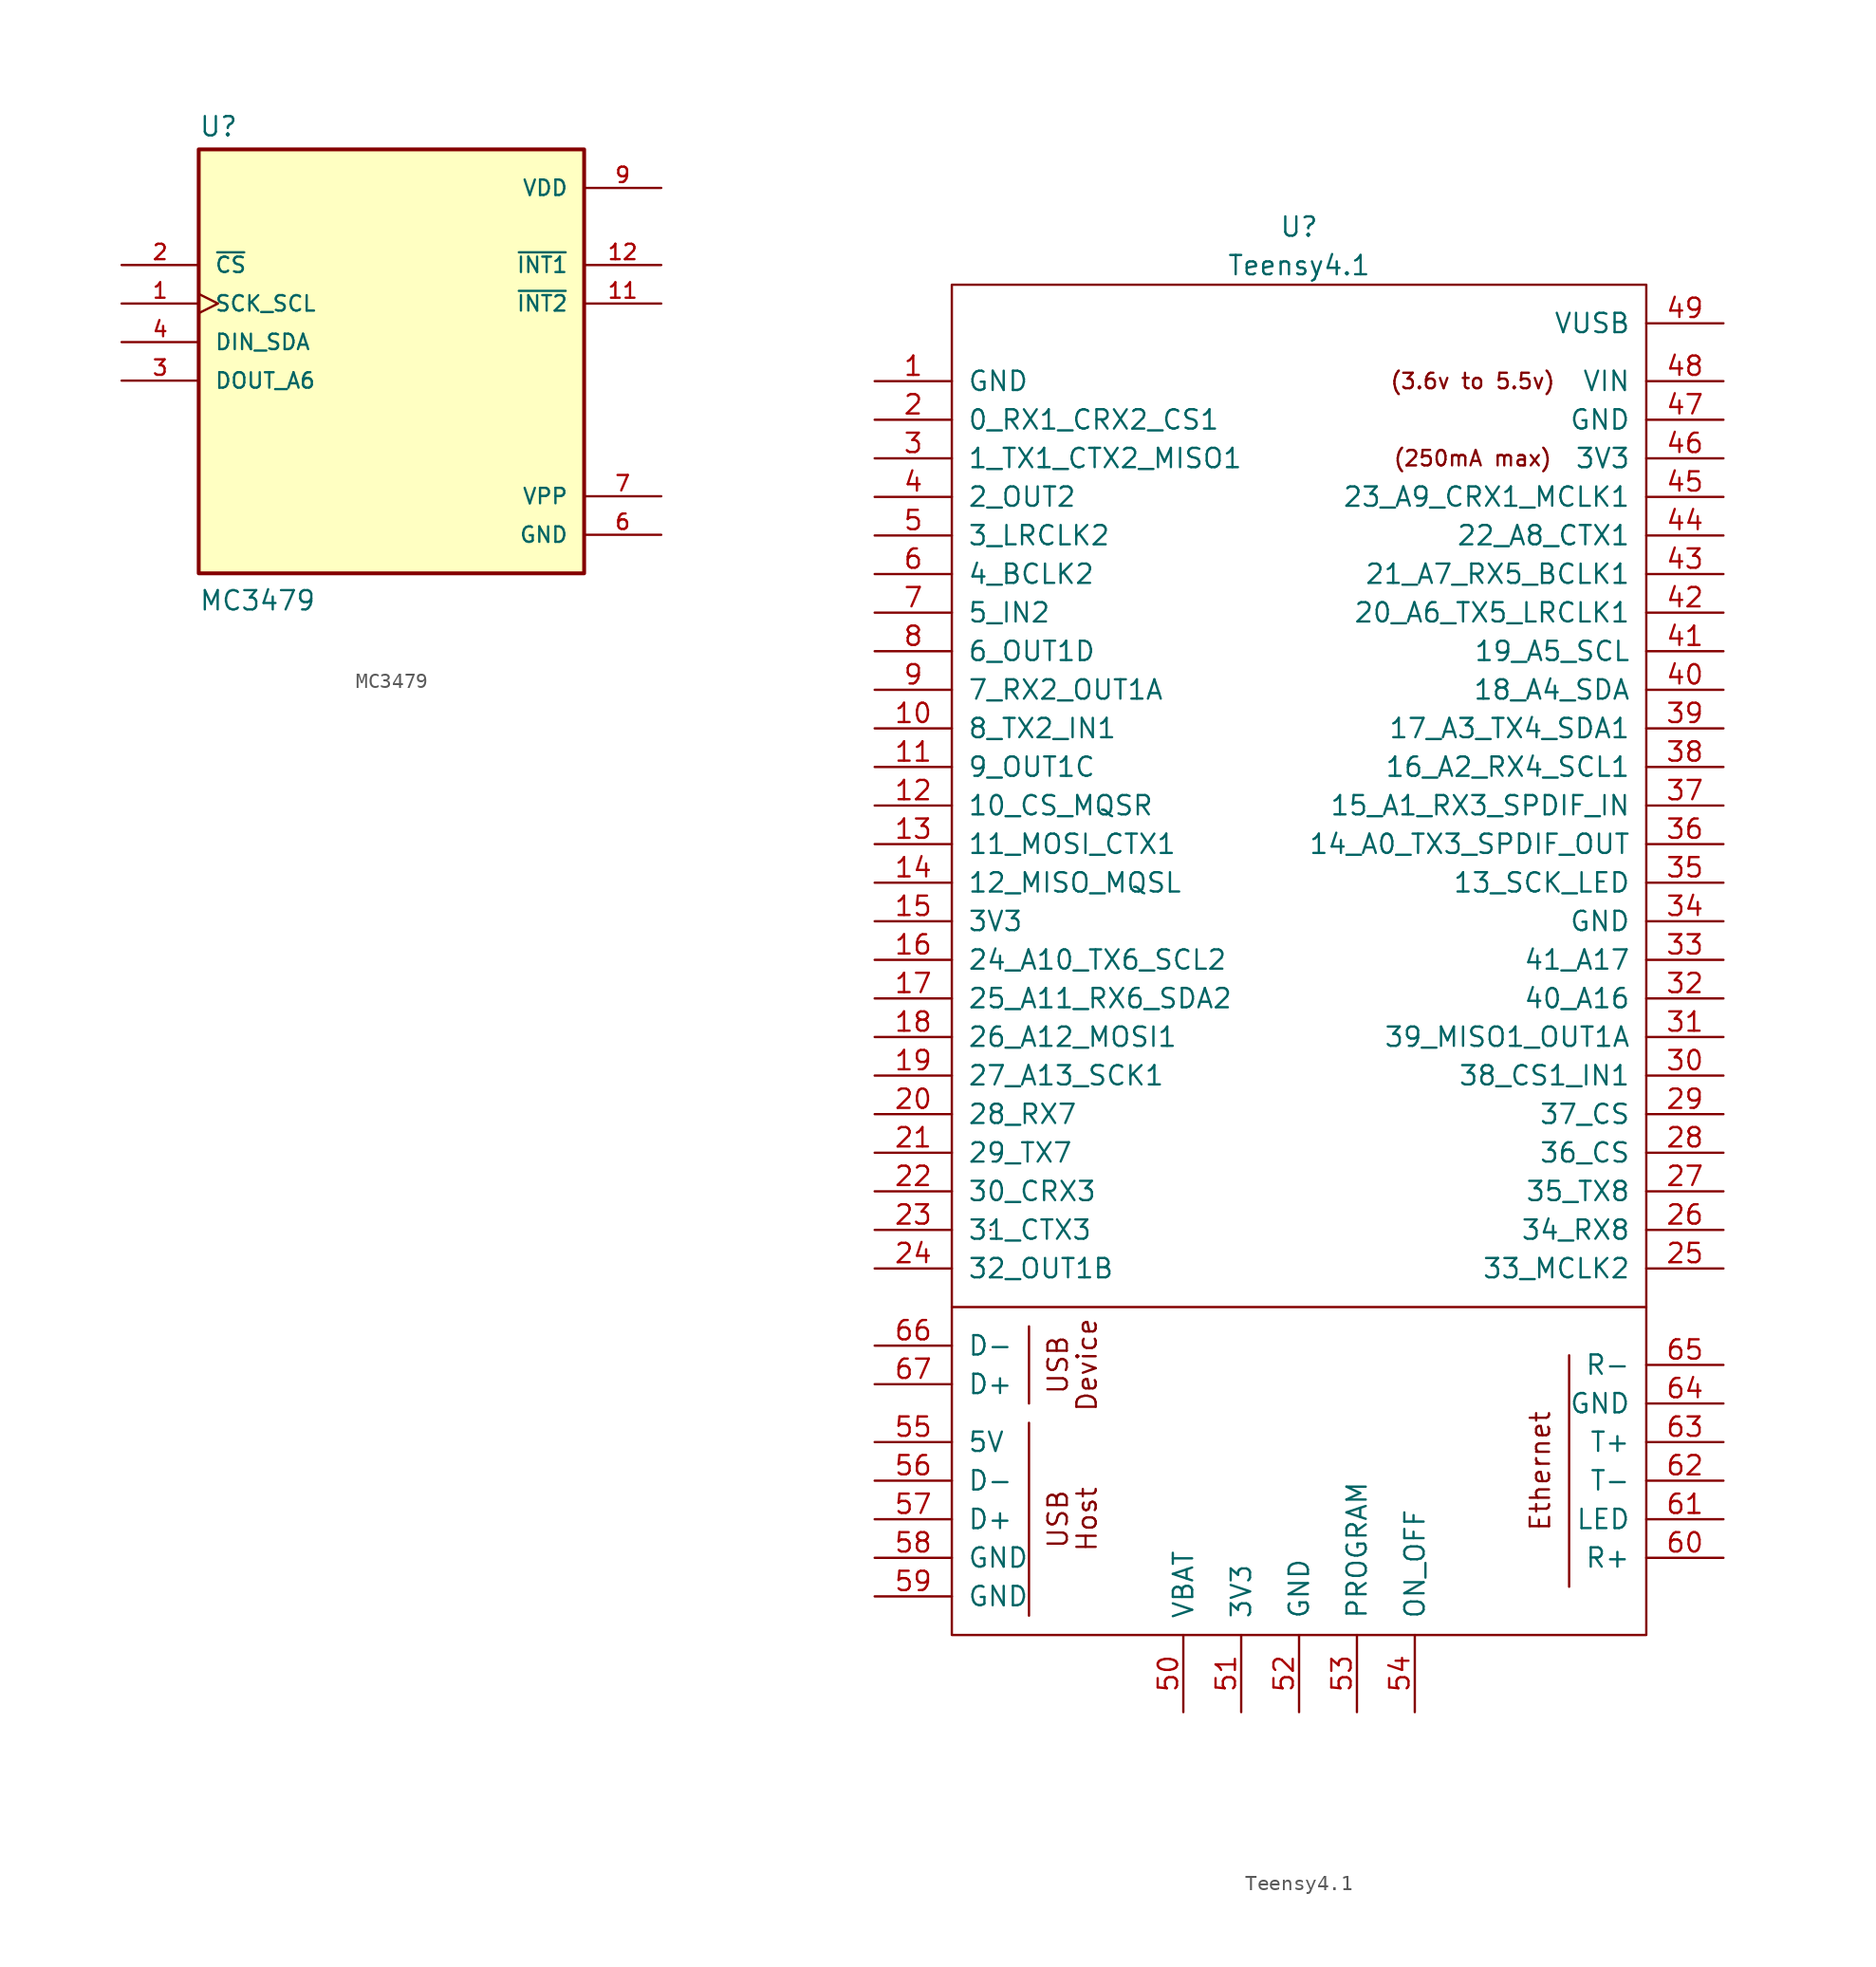
<source format=kicad_sym>
(kicad_symbol_lib
  (version 20220914)
  (generator kicad_symbol_editor)
  (symbol "MC3479"
    (pin_names
      (offset 1.016))
    (property "Reference" "U"
      (at -12.7 13.462 0)
      (effects (font (size 1.27 1.27)) (justify left bottom)))
    (property "Value" "MC3479"
      (at -12.7 -17.78 0)
      (effects (font (size 1.27 1.27)) (justify left bottom)))
    (symbol "MC3479_0_0"
      (rectangle (start -12.7 -15.24) (end 12.7 12.7) (stroke (width 0.254) (type default)) (fill (type background)))
      (pin input clock (at -17.78 2.54 0) (length 5.08) (name "SCK_SCL" (effects (font (size 1.016 1.016)))) (number "1" (effects (font (size 1.016 1.016)))))
      (pin output line (at 17.78 2.54 180) (length 5.08) (name "~{INT2}" (effects (font (size 1.016 1.016)))) (number "11" (effects (font (size 1.016 1.016)))))
      (pin output line (at 17.78 5.08 180) (length 5.08) (name "~{INT1}" (effects (font (size 1.016 1.016)))) (number "12" (effects (font (size 1.016 1.016)))))
      (pin input line (at -17.78 5.08 0) (length 5.08) (name "~{CS}" (effects (font (size 1.016 1.016)))) (number "2" (effects (font (size 1.016 1.016)))))
      (pin bidirectional line (at -17.78 -2.54 0) (length 5.08) (name "DOUT_A6" (effects (font (size 1.016 1.016)))) (number "3" (effects (font (size 1.016 1.016)))))
      (pin bidirectional line (at -17.78 0 0) (length 5.08) (name "DIN_SDA" (effects (font (size 1.016 1.016)))) (number "4" (effects (font (size 1.016 1.016)))))
      (pin power_in line (at 17.78 -12.7 180) (length 5.08) (name "GND" (effects (font (size 1.016 1.016)))) (number "6" (effects (font (size 1.016 1.016)))))
      (pin power_in line (at 17.78 10.16 180) (length 5.08) (name "VDD" (effects (font (size 1.016 1.016)))) (number "9" (effects (font (size 1.016 1.016))))))
    (symbol "MC3479_1_0"
      (pin no_connect line (at -17.78 -12.7 0) (length 5.08) hide (name "NC" (effects (font (size 1.016 1.016)))) (number "10" (effects (font (size 1.016 1.016)))))
      (pin no_connect line (at -17.78 -7.62 0) (length 5.08) hide (name "NC" (effects (font (size 1.016 1.016)))) (number "5" (effects (font (size 1.016 1.016)))))
      (pin power_in line (at 17.78 -10.16 180) (length 5.08) (name "VPP" (effects (font (size 1.016 1.016)))) (number "7" (effects (font (size 1.016 1.016)))))
      (pin no_connect line (at -17.78 -10.16 0) (length 5.08) hide (name "NC" (effects (font (size 1.016 1.016)))) (number "8" (effects (font (size 1.016 1.016)))))))
  (symbol "Teensy4.1"
    (pin_names
      (offset 1.016))
    (property "Reference" "U"
      (at 0 64.77 0)
      (effects (font (size 1.27 1.27))))
    (property "Value" "Teensy4.1"
      (at 0 62.23 0)
      (effects (font (size 1.27 1.27))))
    (symbol "Teensy4.1_0_0"
      (polyline (pts (xy -22.86 -6.35) (xy 22.86 -6.35)) (stroke (width 0) (type default)) (fill (type none)))
      (polyline (pts (xy -17.78 -26.67) (xy -17.78 -13.97)) (stroke (width 0) (type default)) (fill (type none)))
      (polyline (pts (xy -17.78 -7.62) (xy -17.78 -12.7)) (stroke (width 0) (type default)) (fill (type none)))
      (polyline (pts (xy 17.78 -9.525) (xy 17.78 -24.765)) (stroke (width 0) (type default)) (fill (type none)))
      (text "(250mA max)" (at 11.43 49.53 0) (effects (font (size 1.016 1.016))))
      (text "(3.6v to 5.5v)" (at 11.43 54.61 0) (effects (font (size 1.016 1.016))))
      (text "Device" (at -13.97 -10.16 900) (effects (font (size 1.27 1.27))))
      (text "Ethernet" (at 15.875 -17.145 900) (effects (font (size 1.27 1.27))))
      (text "Host" (at -13.97 -20.32 900) (effects (font (size 1.27 1.27))))
      (text "USB" (at -15.875 -20.32 900) (effects (font (size 1.27 1.27))))
      (text "USB" (at -15.875 -10.16 900) (effects (font (size 1.27 1.27))))
      (pin bidirectional line (at -27.94 31.75 0) (length 5.08) (name "8_TX2_IN1" (effects (font (size 1.27 1.27)))) (number "10" (effects (font (size 1.27 1.27)))))
      (pin bidirectional line (at -27.94 29.21 0) (length 5.08) (name "9_OUT1C" (effects (font (size 1.27 1.27)))) (number "11" (effects (font (size 1.27 1.27)))))
      (pin bidirectional line (at -27.94 26.67 0) (length 5.08) (name "10_CS_MQSR" (effects (font (size 1.27 1.27)))) (number "12" (effects (font (size 1.27 1.27)))))
      (pin bidirectional line (at -27.94 24.13 0) (length 5.08) (name "11_MOSI_CTX1" (effects (font (size 1.27 1.27)))) (number "13" (effects (font (size 1.27 1.27)))))
      (pin bidirectional line (at -27.94 21.59 0) (length 5.08) (name "12_MISO_MQSL" (effects (font (size 1.27 1.27)))) (number "14" (effects (font (size 1.27 1.27)))))
      (pin bidirectional line (at -27.94 16.51 0) (length 5.08) (name "24_A10_TX6_SCL2" (effects (font (size 1.27 1.27)))) (number "16" (effects (font (size 1.27 1.27)))))
      (pin bidirectional line (at -27.94 13.97 0) (length 5.08) (name "25_A11_RX6_SDA2" (effects (font (size 1.27 1.27)))) (number "17" (effects (font (size 1.27 1.27)))))
      (pin bidirectional line (at -27.94 11.43 0) (length 5.08) (name "26_A12_MOSI1" (effects (font (size 1.27 1.27)))) (number "18" (effects (font (size 1.27 1.27)))))
      (pin bidirectional line (at -27.94 8.89 0) (length 5.08) (name "27_A13_SCK1" (effects (font (size 1.27 1.27)))) (number "19" (effects (font (size 1.27 1.27)))))
      (pin bidirectional line (at -27.94 6.35 0) (length 5.08) (name "28_RX7" (effects (font (size 1.27 1.27)))) (number "20" (effects (font (size 1.27 1.27)))))
      (pin bidirectional line (at -27.94 3.81 0) (length 5.08) (name "29_TX7" (effects (font (size 1.27 1.27)))) (number "21" (effects (font (size 1.27 1.27)))))
      (pin bidirectional line (at -27.94 1.27 0) (length 5.08) (name "30_CRX3" (effects (font (size 1.27 1.27)))) (number "22" (effects (font (size 1.27 1.27)))))
      (pin bidirectional line (at -27.94 -1.27 0) (length 5.08) (name "31_CTX3" (effects (font (size 1.27 1.27)))) (number "23" (effects (font (size 1.27 1.27)))))
      (pin bidirectional line (at -27.94 -3.81 0) (length 5.08) (name "32_OUT1B" (effects (font (size 1.27 1.27)))) (number "24" (effects (font (size 1.27 1.27)))))
      (pin bidirectional line (at 27.94 -3.81 180) (length 5.08) (name "33_MCLK2" (effects (font (size 1.27 1.27)))) (number "25" (effects (font (size 1.27 1.27)))))
      (pin bidirectional line (at 27.94 -1.27 180) (length 5.08) (name "34_RX8" (effects (font (size 1.27 1.27)))) (number "26" (effects (font (size 1.27 1.27)))))
      (pin bidirectional line (at 27.94 1.27 180) (length 5.08) (name "35_TX8" (effects (font (size 1.27 1.27)))) (number "27" (effects (font (size 1.27 1.27)))))
      (pin bidirectional line (at 27.94 3.81 180) (length 5.08) (name "36_CS" (effects (font (size 1.27 1.27)))) (number "28" (effects (font (size 1.27 1.27)))))
      (pin bidirectional line (at 27.94 6.35 180) (length 5.08) (name "37_CS" (effects (font (size 1.27 1.27)))) (number "29" (effects (font (size 1.27 1.27)))))
      (pin bidirectional line (at 27.94 8.89 180) (length 5.08) (name "38_CS1_IN1" (effects (font (size 1.27 1.27)))) (number "30" (effects (font (size 1.27 1.27)))))
      (pin bidirectional line (at 27.94 11.43 180) (length 5.08) (name "39_MISO1_OUT1A" (effects (font (size 1.27 1.27)))) (number "31" (effects (font (size 1.27 1.27)))))
      (pin bidirectional line (at 27.94 13.97 180) (length 5.08) (name "40_A16" (effects (font (size 1.27 1.27)))) (number "32" (effects (font (size 1.27 1.27)))))
      (pin bidirectional line (at 27.94 16.51 180) (length 5.08) (name "41_A17" (effects (font (size 1.27 1.27)))) (number "33" (effects (font (size 1.27 1.27)))))
      (pin bidirectional line (at 27.94 21.59 180) (length 5.08) (name "13_SCK_LED" (effects (font (size 1.27 1.27)))) (number "35" (effects (font (size 1.27 1.27)))))
      (pin bidirectional line (at 27.94 24.13 180) (length 5.08) (name "14_A0_TX3_SPDIF_OUT" (effects (font (size 1.27 1.27)))) (number "36" (effects (font (size 1.27 1.27)))))
      (pin bidirectional line (at 27.94 26.67 180) (length 5.08) (name "15_A1_RX3_SPDIF_IN" (effects (font (size 1.27 1.27)))) (number "37" (effects (font (size 1.27 1.27)))))
      (pin bidirectional line (at 27.94 29.21 180) (length 5.08) (name "16_A2_RX4_SCL1" (effects (font (size 1.27 1.27)))) (number "38" (effects (font (size 1.27 1.27)))))
      (pin bidirectional line (at 27.94 31.75 180) (length 5.08) (name "17_A3_TX4_SDA1" (effects (font (size 1.27 1.27)))) (number "39" (effects (font (size 1.27 1.27)))))
      (pin bidirectional line (at 27.94 34.29 180) (length 5.08) (name "18_A4_SDA" (effects (font (size 1.27 1.27)))) (number "40" (effects (font (size 1.27 1.27)))))
      (pin bidirectional line (at 27.94 36.83 180) (length 5.08) (name "19_A5_SCL" (effects (font (size 1.27 1.27)))) (number "41" (effects (font (size 1.27 1.27)))))
      (pin bidirectional line (at 27.94 39.37 180) (length 5.08) (name "20_A6_TX5_LRCLK1" (effects (font (size 1.27 1.27)))) (number "42" (effects (font (size 1.27 1.27)))))
      (pin bidirectional line (at 27.94 41.91 180) (length 5.08) (name "21_A7_RX5_BCLK1" (effects (font (size 1.27 1.27)))) (number "43" (effects (font (size 1.27 1.27)))))
      (pin bidirectional line (at 27.94 44.45 180) (length 5.08) (name "22_A8_CTX1" (effects (font (size 1.27 1.27)))) (number "44" (effects (font (size 1.27 1.27)))))
      (pin bidirectional line (at 27.94 46.99 180) (length 5.08) (name "23_A9_CRX1_MCLK1" (effects (font (size 1.27 1.27)))) (number "45" (effects (font (size 1.27 1.27)))))
      (pin power_in line (at 27.94 54.61 180) (length 5.08) (name "VIN" (effects (font (size 1.27 1.27)))) (number "48" (effects (font (size 1.27 1.27)))))
      (pin power_out line (at 27.94 58.42 180) (length 5.08) (name "VUSB" (effects (font (size 1.27 1.27)))) (number "49" (effects (font (size 1.27 1.27)))))
      (pin bidirectional line (at -27.94 44.45 0) (length 5.08) (name "3_LRCLK2" (effects (font (size 1.27 1.27)))) (number "5" (effects (font (size 1.27 1.27)))))
      (pin power_in line (at -7.62 -33.02 90) (length 5.08) (name "VBAT" (effects (font (size 1.27 1.27)))) (number "50" (effects (font (size 1.27 1.27)))))
      (pin power_in line (at -3.81 -33.02 90) (length 5.08) (name "3V3" (effects (font (size 1.27 1.27)))) (number "51" (effects (font (size 1.27 1.27)))))
      (pin input line (at 3.81 -33.02 90) (length 5.08) (name "PROGRAM" (effects (font (size 1.27 1.27)))) (number "53" (effects (font (size 1.27 1.27)))))
      (pin input line (at 7.62 -33.02 90) (length 5.08) (name "ON_OFF" (effects (font (size 1.27 1.27)))) (number "54" (effects (font (size 1.27 1.27)))))
      (pin power_out line (at -27.94 -15.24 0) (length 5.08) (name "5V" (effects (font (size 1.27 1.27)))) (number "55" (effects (font (size 1.27 1.27)))))
      (pin bidirectional line (at -27.94 -17.78 0) (length 5.08) (name "D-" (effects (font (size 1.27 1.27)))) (number "56" (effects (font (size 1.27 1.27)))))
      (pin bidirectional line (at -27.94 -20.32 0) (length 5.08) (name "D+" (effects (font (size 1.27 1.27)))) (number "57" (effects (font (size 1.27 1.27)))))
      (pin power_in line (at -27.94 -22.86 0) (length 5.08) (name "GND" (effects (font (size 1.27 1.27)))) (number "58" (effects (font (size 1.27 1.27)))))
      (pin power_in line (at -27.94 -25.4 0) (length 5.08) (name "GND" (effects (font (size 1.27 1.27)))) (number "59" (effects (font (size 1.27 1.27)))))
      (pin bidirectional line (at -27.94 41.91 0) (length 5.08) (name "4_BCLK2" (effects (font (size 1.27 1.27)))) (number "6" (effects (font (size 1.27 1.27)))))
      (pin bidirectional line (at 27.94 -22.86 180) (length 5.08) (name "R+" (effects (font (size 1.27 1.27)))) (number "60" (effects (font (size 1.27 1.27)))))
      (pin bidirectional line (at 27.94 -20.32 180) (length 5.08) (name "LED" (effects (font (size 1.27 1.27)))) (number "61" (effects (font (size 1.27 1.27)))))
      (pin bidirectional line (at 27.94 -17.78 180) (length 5.08) (name "T-" (effects (font (size 1.27 1.27)))) (number "62" (effects (font (size 1.27 1.27)))))
      (pin bidirectional line (at 27.94 -15.24 180) (length 5.08) (name "T+" (effects (font (size 1.27 1.27)))) (number "63" (effects (font (size 1.27 1.27)))))
      (pin power_in line (at 27.94 -12.7 180) (length 5.08) (name "GND" (effects (font (size 1.27 1.27)))) (number "64" (effects (font (size 1.27 1.27)))))
      (pin bidirectional line (at 27.94 -10.16 180) (length 5.08) (name "R-" (effects (font (size 1.27 1.27)))) (number "65" (effects (font (size 1.27 1.27)))))
      (pin bidirectional line (at -27.94 -8.89 0) (length 5.08) (name "D-" (effects (font (size 1.27 1.27)))) (number "66" (effects (font (size 1.27 1.27)))))
      (pin bidirectional line (at -27.94 -11.43 0) (length 5.08) (name "D+" (effects (font (size 1.27 1.27)))) (number "67" (effects (font (size 1.27 1.27)))))
      (pin bidirectional line (at -27.94 39.37 0) (length 5.08) (name "5_IN2" (effects (font (size 1.27 1.27)))) (number "7" (effects (font (size 1.27 1.27)))))
      (pin bidirectional line (at -27.94 36.83 0) (length 5.08) (name "6_OUT1D" (effects (font (size 1.27 1.27)))) (number "8" (effects (font (size 1.27 1.27)))))
      (pin bidirectional line (at -27.94 34.29 0) (length 5.08) (name "7_RX2_OUT1A" (effects (font (size 1.27 1.27)))) (number "9" (effects (font (size 1.27 1.27))))))
    (symbol "Teensy4.1_0_1"
      (rectangle (start -22.86 60.96) (end 22.86 -27.94) (stroke (width 0) (type default)) (fill (type none)))
      (rectangle (start -20.32 -1.27) (end -20.32 -1.27) (stroke (width 0) (type default)) (fill (type none))))
    (symbol "Teensy4.1_1_0"
      (pin passive line (at -27.94 19.05 0) (length 5.08) (name "3V3" (effects (font (size 1.27 1.27)))) (number "15" (effects (font (size 1.27 1.27)))))
      (pin power_out line (at 27.94 49.53 180) (length 5.08) (name "3V3" (effects (font (size 1.27 1.27)))) (number "46" (effects (font (size 1.27 1.27)))))
      (pin power_in line (at 27.94 52.07 180) (length 5.08) (name "GND" (effects (font (size 1.27 1.27)))) (number "47" (effects (font (size 1.27 1.27)))))
      (pin power_in line (at 0 -33.02 90) (length 5.08) (name "GND" (effects (font (size 1.27 1.27)))) (number "52" (effects (font (size 1.27 1.27))))))
    (symbol "Teensy4.1_1_1"
      (pin power_in line (at -27.94 54.61 0) (length 5.08) (name "GND" (effects (font (size 1.27 1.27)))) (number "1" (effects (font (size 1.27 1.27)))))
      (pin bidirectional line (at -27.94 52.07 0) (length 5.08) (name "0_RX1_CRX2_CS1" (effects (font (size 1.27 1.27)))) (number "2" (effects (font (size 1.27 1.27)))))
      (pin bidirectional line (at -27.94 49.53 0) (length 5.08) (name "1_TX1_CTX2_MISO1" (effects (font (size 1.27 1.27)))) (number "3" (effects (font (size 1.27 1.27)))))
      (pin power_in line (at 27.94 19.05 180) (length 5.08) (name "GND" (effects (font (size 1.27 1.27)))) (number "34" (effects (font (size 1.27 1.27)))))
      (pin bidirectional line (at -27.94 46.99 0) (length 5.08) (name "2_OUT2" (effects (font (size 1.27 1.27)))) (number "4" (effects (font (size 1.27 1.27))))))))
</source>
